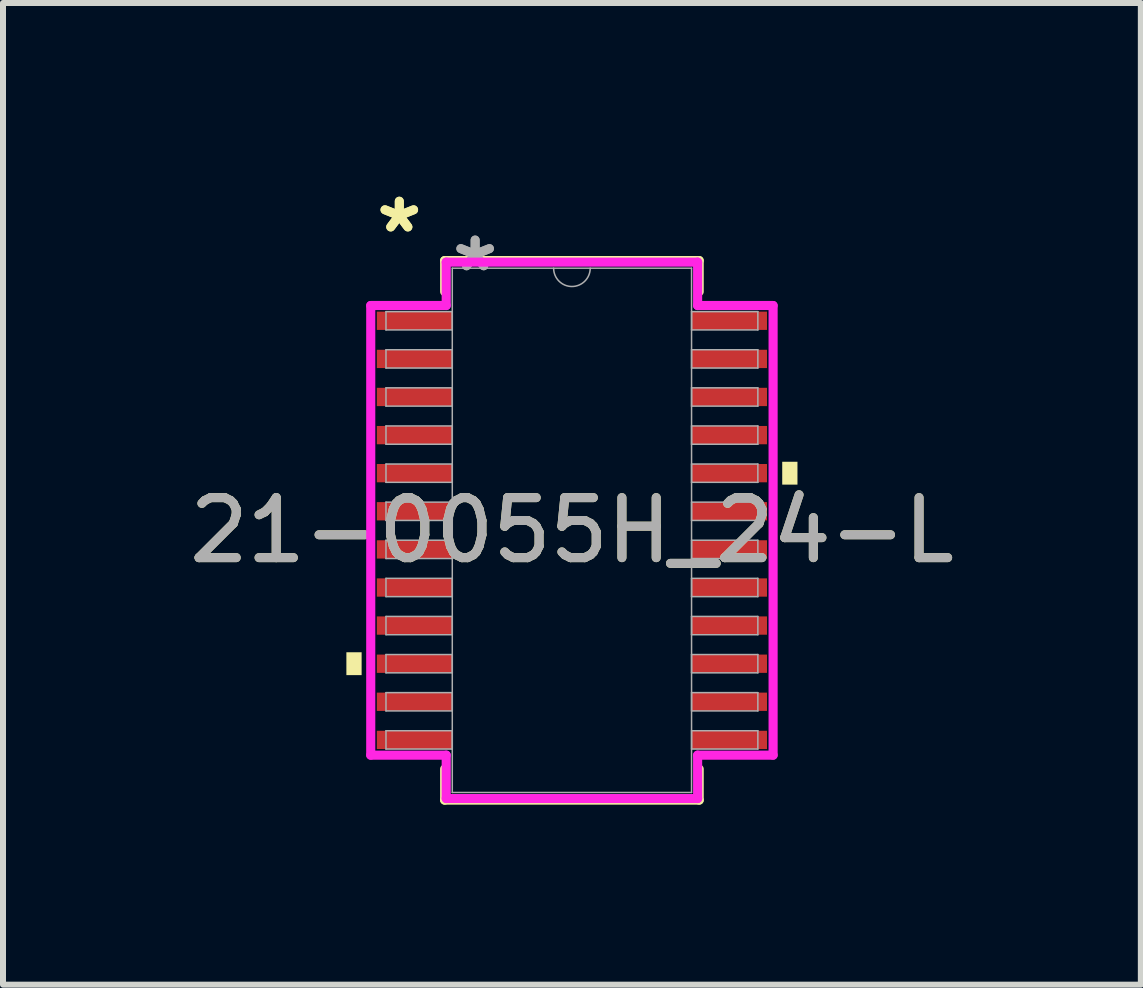
<source format=kicad_pcb>
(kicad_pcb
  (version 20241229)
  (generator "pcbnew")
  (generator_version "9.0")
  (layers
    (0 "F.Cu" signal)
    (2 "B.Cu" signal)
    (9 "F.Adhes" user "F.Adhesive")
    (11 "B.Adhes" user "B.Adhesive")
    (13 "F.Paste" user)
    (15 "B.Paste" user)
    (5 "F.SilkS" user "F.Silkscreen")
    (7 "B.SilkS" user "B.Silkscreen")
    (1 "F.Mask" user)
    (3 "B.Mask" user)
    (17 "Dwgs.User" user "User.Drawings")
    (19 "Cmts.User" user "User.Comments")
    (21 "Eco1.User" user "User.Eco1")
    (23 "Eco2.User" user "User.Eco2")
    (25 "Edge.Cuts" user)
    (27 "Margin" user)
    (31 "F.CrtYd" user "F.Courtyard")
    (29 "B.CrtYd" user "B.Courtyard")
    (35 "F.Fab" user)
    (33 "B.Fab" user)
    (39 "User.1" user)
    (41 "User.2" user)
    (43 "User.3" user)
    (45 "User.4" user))
  (footprint "21-0055H_24-L"
    (layer "F.Cu")
    (at 6.482 5.789)
    (property "Reference" "21-0055H_24-L" (at 0 0 0) (unlocked yes) (layer "F.SilkS") (effects (font (size 1 1) (thickness 0.15))))
    (attr smd)
    (fp_line (start -2.121 -4.496) (end -2.121 -3.978) (stroke (width 0.152) (type solid)) (layer "F.SilkS"))
    (fp_line (start -2.121 3.978) (end -2.121 4.496) (stroke (width 0.152) (type solid)) (layer "F.SilkS"))
    (fp_line (start -2.121 4.496) (end 2.121 4.496) (stroke (width 0.152) (type solid)) (layer "F.SilkS"))
    (fp_line (start 2.121 -4.496) (end -2.121 -4.496) (stroke (width 0.152) (type solid)) (layer "F.SilkS"))
    (fp_line (start 2.121 -3.978) (end 2.121 -4.496) (stroke (width 0.152) (type solid)) (layer "F.SilkS"))
    (fp_line (start 2.121 4.496) (end 2.121 3.978) (stroke (width 0.152) (type solid)) (layer "F.SilkS"))
    (fp_poly (pts (xy -3.759 2.032) (xy -3.759 2.413) (xy -3.505 2.413) (xy -3.505 2.032)) (stroke (width 0) (type solid)) (fill yes) (layer "F.SilkS"))
    (fp_poly (pts (xy 3.759 -1.143) (xy 3.759 -0.762) (xy 3.505 -0.762) (xy 3.505 -1.143)) (stroke (width 0) (type solid)) (fill yes) (layer "F.SilkS"))
    (fp_line (start -3.353 -3.747) (end -2.095 -3.747) (stroke (width 0.152) (type solid)) (layer "F.CrtYd"))
    (fp_line (start -3.353 3.747) (end -3.353 -3.747) (stroke (width 0.152) (type solid)) (layer "F.CrtYd"))
    (fp_line (start -3.353 3.747) (end -2.095 3.747) (stroke (width 0.152) (type solid)) (layer "F.CrtYd"))
    (fp_line (start -2.095 -4.47) (end 2.095 -4.47) (stroke (width 0.152) (type solid)) (layer "F.CrtYd"))
    (fp_line (start -2.095 -3.747) (end -2.095 -4.47) (stroke (width 0.152) (type solid)) (layer "F.CrtYd"))
    (fp_line (start -2.095 4.47) (end -2.095 3.747) (stroke (width 0.152) (type solid)) (layer "F.CrtYd"))
    (fp_line (start 2.095 -4.47) (end 2.095 -3.747) (stroke (width 0.152) (type solid)) (layer "F.CrtYd"))
    (fp_line (start 2.095 3.747) (end 2.095 4.47) (stroke (width 0.152) (type solid)) (layer "F.CrtYd"))
    (fp_line (start 2.095 4.47) (end -2.095 4.47) (stroke (width 0.152) (type solid)) (layer "F.CrtYd"))
    (fp_line (start 3.353 -3.747) (end 2.095 -3.747) (stroke (width 0.152) (type solid)) (layer "F.CrtYd"))
    (fp_line (start 3.353 -3.747) (end 3.353 3.747) (stroke (width 0.152) (type solid)) (layer "F.CrtYd"))
    (fp_line (start 3.353 3.747) (end 2.095 3.747) (stroke (width 0.152) (type solid)) (layer "F.CrtYd"))
    (fp_line (start -3.099 -3.645) (end -3.099 -3.34) (stroke (width 0.025) (type solid)) (layer "F.Fab"))
    (fp_line (start -3.099 -3.34) (end -1.994 -3.34) (stroke (width 0.025) (type solid)) (layer "F.Fab"))
    (fp_line (start -3.099 -3.01) (end -3.099 -2.705) (stroke (width 0.025) (type solid)) (layer "F.Fab"))
    (fp_line (start -3.099 -2.705) (end -1.994 -2.705) (stroke (width 0.025) (type solid)) (layer "F.Fab"))
    (fp_line (start -3.099 -2.375) (end -3.099 -2.07) (stroke (width 0.025) (type solid)) (layer "F.Fab"))
    (fp_line (start -3.099 -2.07) (end -1.994 -2.07) (stroke (width 0.025) (type solid)) (layer "F.Fab"))
    (fp_line (start -3.099 -1.74) (end -3.099 -1.435) (stroke (width 0.025) (type solid)) (layer "F.Fab"))
    (fp_line (start -3.099 -1.435) (end -1.994 -1.435) (stroke (width 0.025) (type solid)) (layer "F.Fab"))
    (fp_line (start -3.099 -1.105) (end -3.099 -0.8) (stroke (width 0.025) (type solid)) (layer "F.Fab"))
    (fp_line (start -3.099 -0.8) (end -1.994 -0.8) (stroke (width 0.025) (type solid)) (layer "F.Fab"))
    (fp_line (start -3.099 -0.47) (end -3.099 -0.165) (stroke (width 0.025) (type solid)) (layer "F.Fab"))
    (fp_line (start -3.099 -0.165) (end -1.994 -0.165) (stroke (width 0.025) (type solid)) (layer "F.Fab"))
    (fp_line (start -3.099 0.165) (end -3.099 0.47) (stroke (width 0.025) (type solid)) (layer "F.Fab"))
    (fp_line (start -3.099 0.47) (end -1.994 0.47) (stroke (width 0.025) (type solid)) (layer "F.Fab"))
    (fp_line (start -3.099 0.8) (end -3.099 1.105) (stroke (width 0.025) (type solid)) (layer "F.Fab"))
    (fp_line (start -3.099 1.105) (end -1.994 1.105) (stroke (width 0.025) (type solid)) (layer "F.Fab"))
    (fp_line (start -3.099 1.435) (end -3.099 1.74) (stroke (width 0.025) (type solid)) (layer "F.Fab"))
    (fp_line (start -3.099 1.74) (end -1.994 1.74) (stroke (width 0.025) (type solid)) (layer "F.Fab"))
    (fp_line (start -3.099 2.07) (end -3.099 2.375) (stroke (width 0.025) (type solid)) (layer "F.Fab"))
    (fp_line (start -3.099 2.375) (end -1.994 2.375) (stroke (width 0.025) (type solid)) (layer "F.Fab"))
    (fp_line (start -3.099 2.705) (end -3.099 3.01) (stroke (width 0.025) (type solid)) (layer "F.Fab"))
    (fp_line (start -3.099 3.01) (end -1.994 3.01) (stroke (width 0.025) (type solid)) (layer "F.Fab"))
    (fp_line (start -3.099 3.34) (end -3.099 3.645) (stroke (width 0.025) (type solid)) (layer "F.Fab"))
    (fp_line (start -3.099 3.645) (end -1.994 3.645) (stroke (width 0.025) (type solid)) (layer "F.Fab"))
    (fp_line (start -1.994 -4.369) (end -1.994 4.369) (stroke (width 0.025) (type solid)) (layer "F.Fab"))
    (fp_line (start -1.994 -3.645) (end -3.099 -3.645) (stroke (width 0.025) (type solid)) (layer "F.Fab"))
    (fp_line (start -1.994 -3.34) (end -1.994 -3.645) (stroke (width 0.025) (type solid)) (layer "F.Fab"))
    (fp_line (start -1.994 -3.01) (end -3.099 -3.01) (stroke (width 0.025) (type solid)) (layer "F.Fab"))
    (fp_line (start -1.994 -2.705) (end -1.994 -3.01) (stroke (width 0.025) (type solid)) (layer "F.Fab"))
    (fp_line (start -1.994 -2.375) (end -3.099 -2.375) (stroke (width 0.025) (type solid)) (layer "F.Fab"))
    (fp_line (start -1.994 -2.07) (end -1.994 -2.375) (stroke (width 0.025) (type solid)) (layer "F.Fab"))
    (fp_line (start -1.994 -1.74) (end -3.099 -1.74) (stroke (width 0.025) (type solid)) (layer "F.Fab"))
    (fp_line (start -1.994 -1.435) (end -1.994 -1.74) (stroke (width 0.025) (type solid)) (layer "F.Fab"))
    (fp_line (start -1.994 -1.105) (end -3.099 -1.105) (stroke (width 0.025) (type solid)) (layer "F.Fab"))
    (fp_line (start -1.994 -0.8) (end -1.994 -1.105) (stroke (width 0.025) (type solid)) (layer "F.Fab"))
    (fp_line (start -1.994 -0.47) (end -3.099 -0.47) (stroke (width 0.025) (type solid)) (layer "F.Fab"))
    (fp_line (start -1.994 -0.165) (end -1.994 -0.47) (stroke (width 0.025) (type solid)) (layer "F.Fab"))
    (fp_line (start -1.994 0.165) (end -3.099 0.165) (stroke (width 0.025) (type solid)) (layer "F.Fab"))
    (fp_line (start -1.994 0.47) (end -1.994 0.165) (stroke (width 0.025) (type solid)) (layer "F.Fab"))
    (fp_line (start -1.994 0.8) (end -3.099 0.8) (stroke (width 0.025) (type solid)) (layer "F.Fab"))
    (fp_line (start -1.994 1.105) (end -1.994 0.8) (stroke (width 0.025) (type solid)) (layer "F.Fab"))
    (fp_line (start -1.994 1.435) (end -3.099 1.435) (stroke (width 0.025) (type solid)) (layer "F.Fab"))
    (fp_line (start -1.994 1.74) (end -1.994 1.435) (stroke (width 0.025) (type solid)) (layer "F.Fab"))
    (fp_line (start -1.994 2.07) (end -3.099 2.07) (stroke (width 0.025) (type solid)) (layer "F.Fab"))
    (fp_line (start -1.994 2.375) (end -1.994 2.07) (stroke (width 0.025) (type solid)) (layer "F.Fab"))
    (fp_line (start -1.994 2.705) (end -3.099 2.705) (stroke (width 0.025) (type solid)) (layer "F.Fab"))
    (fp_line (start -1.994 3.01) (end -1.994 2.705) (stroke (width 0.025) (type solid)) (layer "F.Fab"))
    (fp_line (start -1.994 3.34) (end -3.099 3.34) (stroke (width 0.025) (type solid)) (layer "F.Fab"))
    (fp_line (start -1.994 3.645) (end -1.994 3.34) (stroke (width 0.025) (type solid)) (layer "F.Fab"))
    (fp_line (start -1.994 4.369) (end 1.994 4.369) (stroke (width 0.025) (type solid)) (layer "F.Fab"))
    (fp_line (start 1.994 -4.369) (end -1.994 -4.369) (stroke (width 0.025) (type solid)) (layer "F.Fab"))
    (fp_line (start 1.994 -3.645) (end 1.994 -3.34) (stroke (width 0.025) (type solid)) (layer "F.Fab"))
    (fp_line (start 1.994 -3.34) (end 3.099 -3.34) (stroke (width 0.025) (type solid)) (layer "F.Fab"))
    (fp_line (start 1.994 -3.01) (end 1.994 -2.705) (stroke (width 0.025) (type solid)) (layer "F.Fab"))
    (fp_line (start 1.994 -2.705) (end 3.099 -2.705) (stroke (width 0.025) (type solid)) (layer "F.Fab"))
    (fp_line (start 1.994 -2.375) (end 1.994 -2.07) (stroke (width 0.025) (type solid)) (layer "F.Fab"))
    (fp_line (start 1.994 -2.07) (end 3.099 -2.07) (stroke (width 0.025) (type solid)) (layer "F.Fab"))
    (fp_line (start 1.994 -1.74) (end 1.994 -1.435) (stroke (width 0.025) (type solid)) (layer "F.Fab"))
    (fp_line (start 1.994 -1.435) (end 3.099 -1.435) (stroke (width 0.025) (type solid)) (layer "F.Fab"))
    (fp_line (start 1.994 -1.105) (end 1.994 -0.8) (stroke (width 0.025) (type solid)) (layer "F.Fab"))
    (fp_line (start 1.994 -0.8) (end 3.099 -0.8) (stroke (width 0.025) (type solid)) (layer "F.Fab"))
    (fp_line (start 1.994 -0.47) (end 1.994 -0.165) (stroke (width 0.025) (type solid)) (layer "F.Fab"))
    (fp_line (start 1.994 -0.165) (end 3.099 -0.165) (stroke (width 0.025) (type solid)) (layer "F.Fab"))
    (fp_line (start 1.994 0.165) (end 1.994 0.47) (stroke (width 0.025) (type solid)) (layer "F.Fab"))
    (fp_line (start 1.994 0.47) (end 3.099 0.47) (stroke (width 0.025) (type solid)) (layer "F.Fab"))
    (fp_line (start 1.994 0.8) (end 1.994 1.105) (stroke (width 0.025) (type solid)) (layer "F.Fab"))
    (fp_line (start 1.994 1.105) (end 3.099 1.105) (stroke (width 0.025) (type solid)) (layer "F.Fab"))
    (fp_line (start 1.994 1.435) (end 1.994 1.74) (stroke (width 0.025) (type solid)) (layer "F.Fab"))
    (fp_line (start 1.994 1.74) (end 3.099 1.74) (stroke (width 0.025) (type solid)) (layer "F.Fab"))
    (fp_line (start 1.994 2.07) (end 1.994 2.375) (stroke (width 0.025) (type solid)) (layer "F.Fab"))
    (fp_line (start 1.994 2.375) (end 3.099 2.375) (stroke (width 0.025) (type solid)) (layer "F.Fab"))
    (fp_line (start 1.994 2.705) (end 1.994 3.01) (stroke (width 0.025) (type solid)) (layer "F.Fab"))
    (fp_line (start 1.994 3.01) (end 3.099 3.01) (stroke (width 0.025) (type solid)) (layer "F.Fab"))
    (fp_line (start 1.994 3.34) (end 1.994 3.645) (stroke (width 0.025) (type solid)) (layer "F.Fab"))
    (fp_line (start 1.994 3.645) (end 3.099 3.645) (stroke (width 0.025) (type solid)) (layer "F.Fab"))
    (fp_line (start 1.994 4.369) (end 1.994 -4.369) (stroke (width 0.025) (type solid)) (layer "F.Fab"))
    (fp_line (start 3.099 -3.645) (end 1.994 -3.645) (stroke (width 0.025) (type solid)) (layer "F.Fab"))
    (fp_line (start 3.099 -3.34) (end 3.099 -3.645) (stroke (width 0.025) (type solid)) (layer "F.Fab"))
    (fp_line (start 3.099 -3.01) (end 1.994 -3.01) (stroke (width 0.025) (type solid)) (layer "F.Fab"))
    (fp_line (start 3.099 -2.705) (end 3.099 -3.01) (stroke (width 0.025) (type solid)) (layer "F.Fab"))
    (fp_line (start 3.099 -2.375) (end 1.994 -2.375) (stroke (width 0.025) (type solid)) (layer "F.Fab"))
    (fp_line (start 3.099 -2.07) (end 3.099 -2.375) (stroke (width 0.025) (type solid)) (layer "F.Fab"))
    (fp_line (start 3.099 -1.74) (end 1.994 -1.74) (stroke (width 0.025) (type solid)) (layer "F.Fab"))
    (fp_line (start 3.099 -1.435) (end 3.099 -1.74) (stroke (width 0.025) (type solid)) (layer "F.Fab"))
    (fp_line (start 3.099 -1.105) (end 1.994 -1.105) (stroke (width 0.025) (type solid)) (layer "F.Fab"))
    (fp_line (start 3.099 -0.8) (end 3.099 -1.105) (stroke (width 0.025) (type solid)) (layer "F.Fab"))
    (fp_line (start 3.099 -0.47) (end 1.994 -0.47) (stroke (width 0.025) (type solid)) (layer "F.Fab"))
    (fp_line (start 3.099 -0.165) (end 3.099 -0.47) (stroke (width 0.025) (type solid)) (layer "F.Fab"))
    (fp_line (start 3.099 0.165) (end 1.994 0.165) (stroke (width 0.025) (type solid)) (layer "F.Fab"))
    (fp_line (start 3.099 0.47) (end 3.099 0.165) (stroke (width 0.025) (type solid)) (layer "F.Fab"))
    (fp_line (start 3.099 0.8) (end 1.994 0.8) (stroke (width 0.025) (type solid)) (layer "F.Fab"))
    (fp_line (start 3.099 1.105) (end 3.099 0.8) (stroke (width 0.025) (type solid)) (layer "F.Fab"))
    (fp_line (start 3.099 1.435) (end 1.994 1.435) (stroke (width 0.025) (type solid)) (layer "F.Fab"))
    (fp_line (start 3.099 1.74) (end 3.099 1.435) (stroke (width 0.025) (type solid)) (layer "F.Fab"))
    (fp_line (start 3.099 2.07) (end 1.994 2.07) (stroke (width 0.025) (type solid)) (layer "F.Fab"))
    (fp_line (start 3.099 2.375) (end 3.099 2.07) (stroke (width 0.025) (type solid)) (layer "F.Fab"))
    (fp_line (start 3.099 2.705) (end 1.994 2.705) (stroke (width 0.025) (type solid)) (layer "F.Fab"))
    (fp_line (start 3.099 3.01) (end 3.099 2.705) (stroke (width 0.025) (type solid)) (layer "F.Fab"))
    (fp_line (start 3.099 3.34) (end 1.994 3.34) (stroke (width 0.025) (type solid)) (layer "F.Fab"))
    (fp_line (start 3.099 3.645) (end 3.099 3.34) (stroke (width 0.025) (type solid)) (layer "F.Fab"))
    (fp_arc (start 0.3048 -4.3688) (mid 0 -4.064) (end -0.3048 -4.3688) (stroke (width 0.0254) (type solid)) (layer "F.Fab"))
    (fp_text user "*" (at -2.877 -4.94 0) (unlocked yes) (layer "F.SilkS") (effects (font (size 1 1) (thickness 0.15))))
    (fp_text user "*" (at -2.877 -4.94 0) (layer "F.SilkS") (effects (font (size 1 1) (thickness 0.15))))
    (fp_text user "${REFERENCE}" (at 0 0 0) (unlocked yes) (layer "F.Fab") (effects (font (size 1 1) (thickness 0.15))))
    (fp_text user "*" (at -1.613 -4.293 0) (layer "F.Fab") (effects (font (size 1 1) (thickness 0.15))))
    (fp_text user "*" (at -1.613 -4.293 0) (unlocked yes) (layer "F.Fab") (effects (font (size 1 1) (thickness 0.15))))
    (pad "1" smd rect (at -2.623 -3.493) (size 1.257 0.305) (layers "F.Cu" "F.Mask" "F.Paste"))
    (pad "2" smd rect (at -2.623 -2.857) (size 1.257 0.305) (layers "F.Cu" "F.Mask" "F.Paste"))
    (pad "3" smd rect (at -2.623 -2.223) (size 1.257 0.305) (layers "F.Cu" "F.Mask" "F.Paste"))
    (pad "4" smd rect (at -2.623 -1.587) (size 1.257 0.305) (layers "F.Cu" "F.Mask" "F.Paste"))
    (pad "5" smd rect (at -2.623 -0.953) (size 1.257 0.305) (layers "F.Cu" "F.Mask" "F.Paste"))
    (pad "6" smd rect (at -2.623 -0.318) (size 1.257 0.305) (layers "F.Cu" "F.Mask" "F.Paste"))
    (pad "7" smd rect (at -2.623 0.318) (size 1.257 0.305) (layers "F.Cu" "F.Mask" "F.Paste"))
    (pad "8" smd rect (at -2.623 0.953) (size 1.257 0.305) (layers "F.Cu" "F.Mask" "F.Paste"))
    (pad "9" smd rect (at -2.623 1.587) (size 1.257 0.305) (layers "F.Cu" "F.Mask" "F.Paste"))
    (pad "10" smd rect (at -2.623 2.223) (size 1.257 0.305) (layers "F.Cu" "F.Mask" "F.Paste"))
    (pad "11" smd rect (at -2.623 2.857) (size 1.257 0.305) (layers "F.Cu" "F.Mask" "F.Paste"))
    (pad "12" smd rect (at -2.623 3.493) (size 1.257 0.305) (layers "F.Cu" "F.Mask" "F.Paste"))
    (pad "13" smd rect (at 2.623 3.493) (size 1.257 0.305) (layers "F.Cu" "F.Mask" "F.Paste"))
    (pad "14" smd rect (at 2.623 2.857) (size 1.257 0.305) (layers "F.Cu" "F.Mask" "F.Paste"))
    (pad "15" smd rect (at 2.623 2.223) (size 1.257 0.305) (layers "F.Cu" "F.Mask" "F.Paste"))
    (pad "16" smd rect (at 2.623 1.587) (size 1.257 0.305) (layers "F.Cu" "F.Mask" "F.Paste"))
    (pad "17" smd rect (at 2.623 0.953) (size 1.257 0.305) (layers "F.Cu" "F.Mask" "F.Paste"))
    (pad "18" smd rect (at 2.623 0.318) (size 1.257 0.305) (layers "F.Cu" "F.Mask" "F.Paste"))
    (pad "19" smd rect (at 2.623 -0.318) (size 1.257 0.305) (layers "F.Cu" "F.Mask" "F.Paste"))
    (pad "20" smd rect (at 2.623 -0.953) (size 1.257 0.305) (layers "F.Cu" "F.Mask" "F.Paste"))
    (pad "21" smd rect (at 2.623 -1.587) (size 1.257 0.305) (layers "F.Cu" "F.Mask" "F.Paste"))
    (pad "22" smd rect (at 2.623 -2.223) (size 1.257 0.305) (layers "F.Cu" "F.Mask" "F.Paste"))
    (pad "23" smd rect (at 2.623 -2.857) (size 1.257 0.305) (layers "F.Cu" "F.Mask" "F.Paste"))
    (pad "24" smd rect (at 2.623 -3.493) (size 1.257 0.305) (layers "F.Cu" "F.Mask" "F.Paste")))
  (gr_rect
    (start -3 -3)
    (end 15.964 13.361)
    (stroke (width 0.1) (type default))
    (fill no)
    (layer "Edge.Cuts")))
</source>
